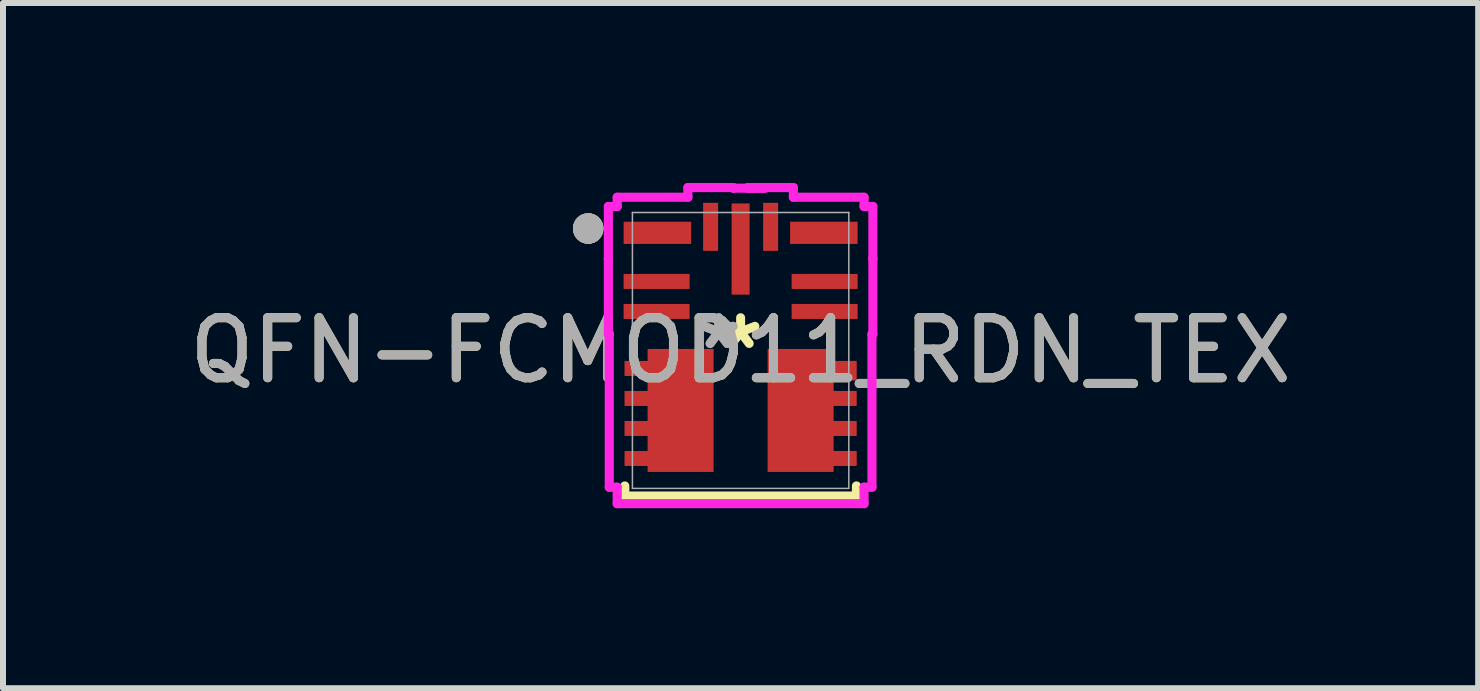
<source format=kicad_pcb>
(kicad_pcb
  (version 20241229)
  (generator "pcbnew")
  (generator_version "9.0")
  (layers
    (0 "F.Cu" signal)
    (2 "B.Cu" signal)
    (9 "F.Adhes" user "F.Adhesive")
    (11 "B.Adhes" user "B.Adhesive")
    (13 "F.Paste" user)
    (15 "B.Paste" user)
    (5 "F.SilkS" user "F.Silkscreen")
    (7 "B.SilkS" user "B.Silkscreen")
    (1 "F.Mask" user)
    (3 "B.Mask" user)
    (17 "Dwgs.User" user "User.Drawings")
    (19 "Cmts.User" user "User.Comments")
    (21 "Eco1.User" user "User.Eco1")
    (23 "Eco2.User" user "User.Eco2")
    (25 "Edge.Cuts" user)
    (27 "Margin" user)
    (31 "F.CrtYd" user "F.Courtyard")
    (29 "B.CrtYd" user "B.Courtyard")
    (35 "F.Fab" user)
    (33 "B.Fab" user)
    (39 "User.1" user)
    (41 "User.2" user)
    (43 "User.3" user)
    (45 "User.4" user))
  (footprint "QFN-FCMOD11_RDN_TEX"
    (layer "F.Cu")
    (at 9.292 2.79)
    (property "Reference" "QFN-FCMOD11_RDN_TEX" (at 0 0 0) (unlocked yes) (layer "F.SilkS") (effects (font (size 1 1) (thickness 0.15))))
    (attr smd)
    (fp_line (start -1.93 2.426) (end -1.93 2.258) (stroke (width 0.152) (type solid)) (layer "F.SilkS"))
    (fp_line (start 1.93 2.258) (end 1.93 2.426) (stroke (width 0.152) (type solid)) (layer "F.SilkS"))
    (fp_line (start 1.93 2.426) (end -1.93 2.426) (stroke (width 0.152) (type solid)) (layer "F.SilkS"))
    (fp_circle (center -2.54 -2.032) (end -2.413 -2.032) (stroke (width 0.254) (type solid)) (fill no) (layer "F.SilkS"))
    (fp_circle (center -2.54 -2.032) (end -2.413 -2.032) (stroke (width 0.254) (type solid)) (fill no) (layer "B.SilkS"))
    (fp_line (start -2.204 -1.521) (end -2.204 -0.271) (stroke (width 0.152) (type solid)) (layer "F.CrtYd"))
    (fp_line (start -2.204 -0.271) (end -2.189 -0.271) (stroke (width 0.152) (type solid)) (layer "F.CrtYd"))
    (fp_line (start -2.204 -2.399) (end -2.204 -1.521) (stroke (width 0.152) (type solid)) (layer "F.CrtYd"))
    (fp_line (start -2.204 -1.521) (end -2.204 -1.521) (stroke (width 0.152) (type solid)) (layer "F.CrtYd"))
    (fp_line (start -2.189 -0.279) (end -2.189 2.279) (stroke (width 0.152) (type solid)) (layer "F.CrtYd"))
    (fp_line (start -2.189 -0.271) (end -2.189 -0.279) (stroke (width 0.152) (type solid)) (layer "F.CrtYd"))
    (fp_line (start -2.189 2.279) (end -2.057 2.279) (stroke (width 0.152) (type solid)) (layer "F.CrtYd"))
    (fp_line (start -2.057 -2.553) (end -2.057 -2.399) (stroke (width 0.152) (type solid)) (layer "F.CrtYd"))
    (fp_line (start -2.057 -2.399) (end -2.204 -2.399) (stroke (width 0.152) (type solid)) (layer "F.CrtYd"))
    (fp_line (start -2.057 2.279) (end -2.057 2.553) (stroke (width 0.152) (type solid)) (layer "F.CrtYd"))
    (fp_line (start -2.057 2.553) (end 2.057 2.553) (stroke (width 0.152) (type solid)) (layer "F.CrtYd"))
    (fp_line (start -0.879 -2.714) (end -0.879 -2.553) (stroke (width 0.152) (type solid)) (layer "F.CrtYd"))
    (fp_line (start -0.879 -2.553) (end -2.057 -2.553) (stroke (width 0.152) (type solid)) (layer "F.CrtYd"))
    (fp_line (start -0.121 -2.714) (end -0.879 -2.714) (stroke (width 0.152) (type solid)) (layer "F.CrtYd"))
    (fp_line (start -0.121 -2.704) (end -0.121 -2.714) (stroke (width 0.152) (type solid)) (layer "F.CrtYd"))
    (fp_line (start 0.121 -2.714) (end 0.121 -2.704) (stroke (width 0.152) (type solid)) (layer "F.CrtYd"))
    (fp_line (start 0.121 -2.704) (end 0.404 -2.704) (stroke (width 0.152) (type solid)) (layer "F.CrtYd"))
    (fp_line (start 0.404 -2.704) (end -0.121 -2.704) (stroke (width 0.152) (type solid)) (layer "F.CrtYd"))
    (fp_line (start 0.879 -2.714) (end 0.121 -2.714) (stroke (width 0.152) (type solid)) (layer "F.CrtYd"))
    (fp_line (start 0.879 -2.553) (end 0.879 -2.714) (stroke (width 0.152) (type solid)) (layer "F.CrtYd"))
    (fp_line (start 2.057 -2.553) (end 0.879 -2.553) (stroke (width 0.152) (type solid)) (layer "F.CrtYd"))
    (fp_line (start 2.057 -2.399) (end 2.057 -2.553) (stroke (width 0.152) (type solid)) (layer "F.CrtYd"))
    (fp_line (start 2.057 2.279) (end 2.189 2.279) (stroke (width 0.152) (type solid)) (layer "F.CrtYd"))
    (fp_line (start 2.057 2.553) (end 2.057 2.279) (stroke (width 0.152) (type solid)) (layer "F.CrtYd"))
    (fp_line (start 2.189 -0.271) (end 2.204 -0.271) (stroke (width 0.152) (type solid)) (layer "F.CrtYd"))
    (fp_line (start 2.189 2.279) (end 2.189 -0.271) (stroke (width 0.152) (type solid)) (layer "F.CrtYd"))
    (fp_line (start 2.204 -2.399) (end 2.057 -2.399) (stroke (width 0.152) (type solid)) (layer "F.CrtYd"))
    (fp_line (start 2.204 -1.529) (end 2.204 -2.399) (stroke (width 0.152) (type solid)) (layer "F.CrtYd"))
    (fp_line (start 2.204 -1.529) (end 2.204 -1.529) (stroke (width 0.152) (type solid)) (layer "F.CrtYd"))
    (fp_line (start 2.204 -0.271) (end 2.204 -1.529) (stroke (width 0.152) (type solid)) (layer "F.CrtYd"))
    (fp_line (start -1.803 -2.299) (end -1.803 2.299) (stroke (width 0.025) (type solid)) (layer "F.Fab"))
    (fp_line (start -1.803 2.299) (end 1.803 2.299) (stroke (width 0.025) (type solid)) (layer "F.Fab"))
    (fp_line (start 1.803 -2.299) (end -1.803 -2.299) (stroke (width 0.025) (type solid)) (layer "F.Fab"))
    (fp_line (start 1.803 2.299) (end 1.803 -2.299) (stroke (width 0.025) (type solid)) (layer "F.Fab"))
    (fp_circle (center -2.54 -2.032) (end -2.413 -2.032) (stroke (width 0.254) (type solid)) (fill no) (layer "F.Fab"))
    (fp_text user "*" (at 0 0 0) (layer "F.SilkS") (effects (font (size 1 1) (thickness 0.15))))
    (fp_text user "*" (at -0.365 0 0) (layer "F.Fab") (effects (font (size 1 1) (thickness 0.15))))
    (fp_text user "*" (at -0.365 0 0) (unlocked yes) (layer "F.Fab") (effects (font (size 1 1) (thickness 0.15))))
    (fp_text user "${REFERENCE}" (at 0 0 0) (unlocked yes) (layer "F.Fab") (effects (font (size 1 1) (thickness 0.15))))
    (pad "1" smd rect (at -1.387 -1.96) (size 1.125 0.37) (layers "F.Cu" "F.Mask" "F.Paste"))
    (pad "2" smd rect (at -1.4 -1.15) (size 1.1 0.25) (layers "F.Cu" "F.Mask" "F.Paste"))
    (pad "3" smd rect (at -1.4 -0.65) (size 1.1 0.25) (layers "F.Cu" "F.Mask" "F.Paste"))
    (pad "4" smd rect (at -1.717 0.3 90) (size 0.25 0.435) (layers "F.Cu" "F.Mask" "F.Paste"))
    (pad "4" smd rect (at -1.717 0.8 90) (size 0.25 0.435) (layers "F.Cu" "F.Mask" "F.Paste"))
    (pad "4" smd rect (at -1.692 1.8 90) (size 0.25 0.485) (layers "F.Cu" "F.Mask" "F.Paste"))
    (pad "4" smd rect (at -1.692 1.3 90) (size 0.25 0.485) (layers "F.Cu" "F.Mask" "F.Paste"))
    (pad "4" smd rect (at -1 1) (size 1.1 2.05) (layers "F.Cu" "F.Mask" "F.Paste"))
    (pad "5" smd rect (at 1 1) (size 1.1 2.05) (layers "F.Cu" "F.Mask" "F.Paste"))
    (pad "5" smd rect (at 1.717 0.8 90) (size 0.25 0.435) (layers "F.Cu" "F.Mask" "F.Paste"))
    (pad "5" smd rect (at 1.717 0.337 90) (size 0.325 0.435) (layers "F.Cu" "F.Mask" "F.Paste"))
    (pad "5" smd rect (at 1.717 1.3 90) (size 0.25 0.435) (layers "F.Cu" "F.Mask" "F.Paste"))
    (pad "5" smd rect (at 1.717 1.8 90) (size 0.25 0.435) (layers "F.Cu" "F.Mask" "F.Paste"))
    (pad "6" smd rect (at 1.4 -0.65) (size 1.1 0.25) (layers "F.Cu" "F.Mask" "F.Paste"))
    (pad "7" smd rect (at 1.4 -1.15) (size 1.1 0.25) (layers "F.Cu" "F.Mask" "F.Paste"))
    (pad "8" smd rect (at 1.387 -1.96) (size 1.125 0.37) (layers "F.Cu" "F.Mask" "F.Paste"))
    (pad "9" smd rect (at 0.5 -2.06 90) (size 0.8 0.25) (layers "F.Cu" "F.Mask" "F.Paste"))
    (pad "10" smd rect (at 0 -1.69 90) (size 1.52 0.3) (layers "F.Cu" "F.Mask" "F.Paste"))
    (pad "11" smd rect (at -0.5 -2.06 90) (size 0.8 0.25) (layers "F.Cu" "F.Mask" "F.Paste")))
  (gr_rect
    (start -3 -3)
    (end 21.583 8.419)
    (stroke (width 0.1) (type default))
    (fill no)
    (layer "Edge.Cuts")))
</source>
